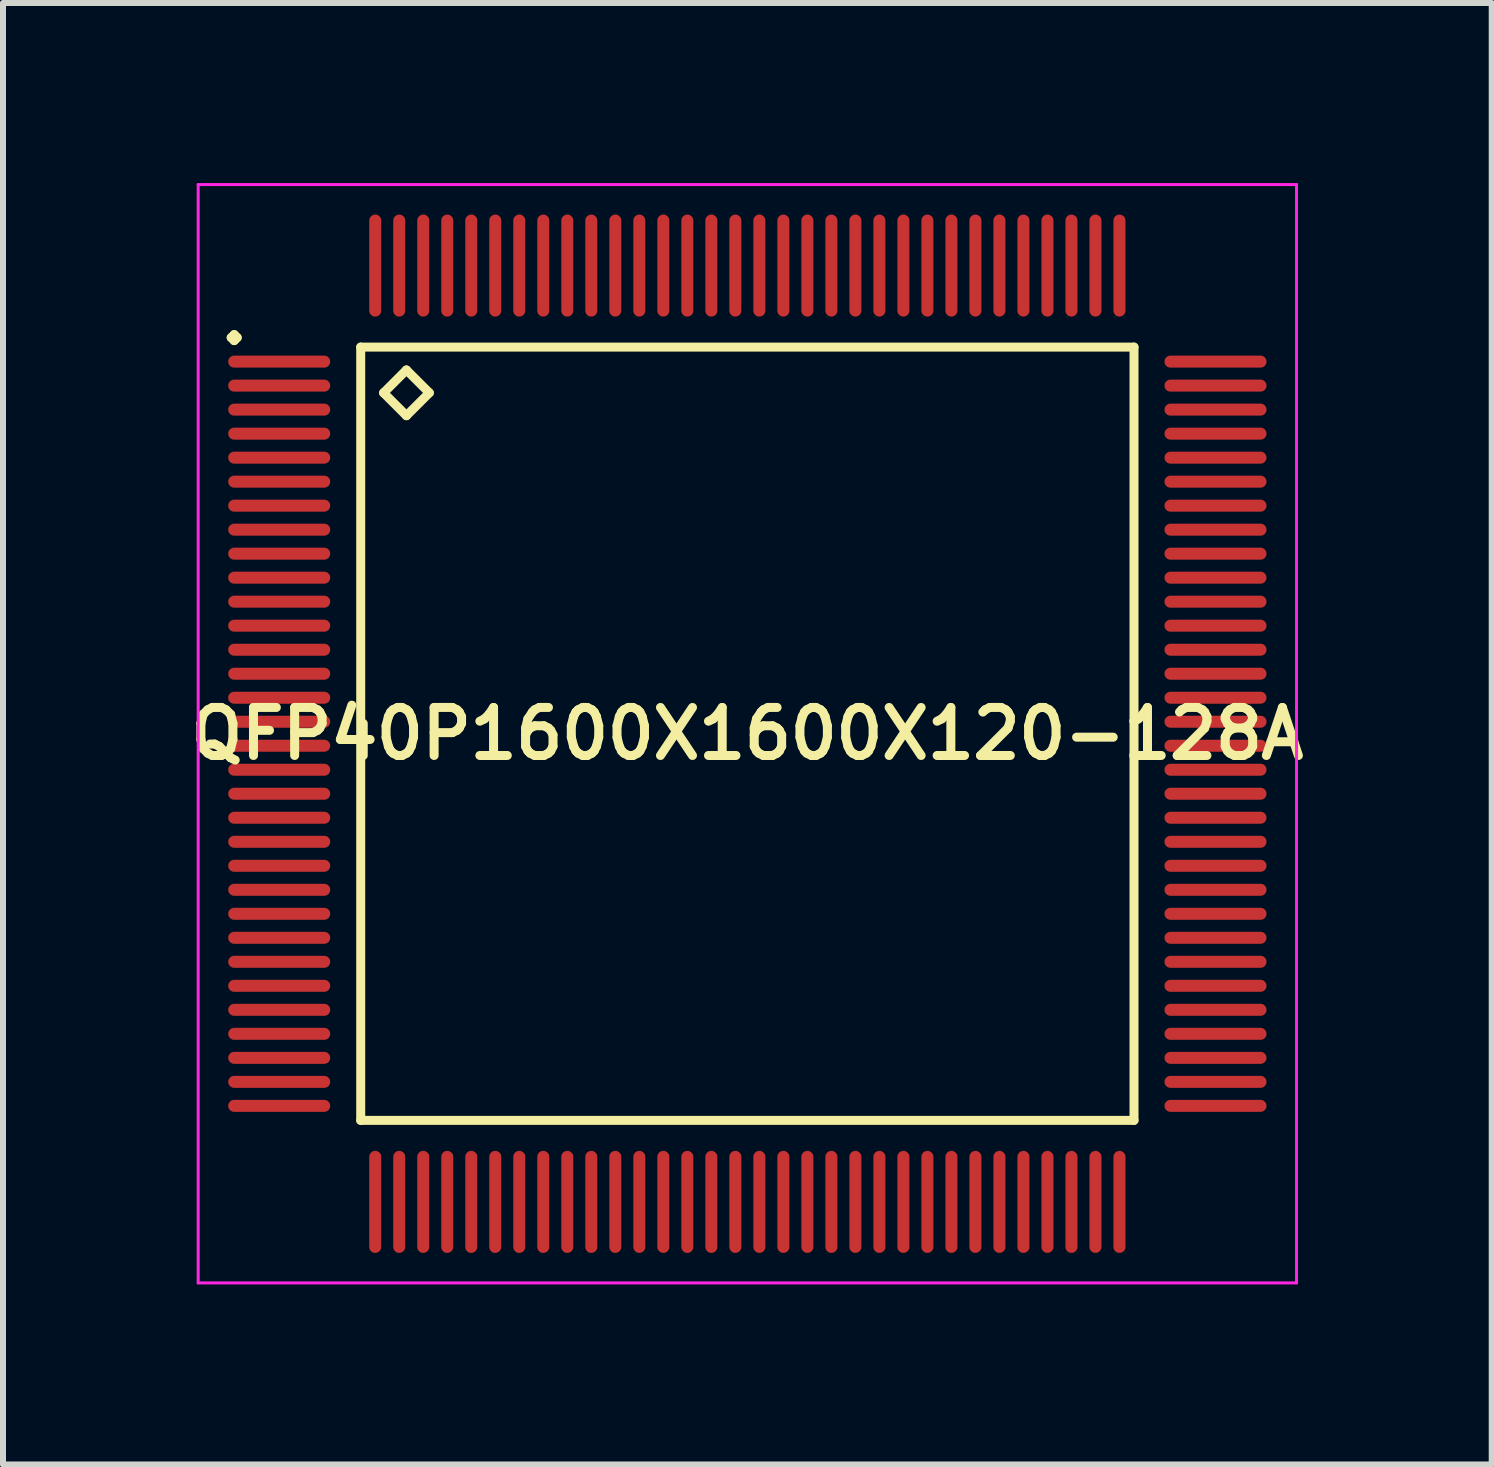
<source format=kicad_pcb>
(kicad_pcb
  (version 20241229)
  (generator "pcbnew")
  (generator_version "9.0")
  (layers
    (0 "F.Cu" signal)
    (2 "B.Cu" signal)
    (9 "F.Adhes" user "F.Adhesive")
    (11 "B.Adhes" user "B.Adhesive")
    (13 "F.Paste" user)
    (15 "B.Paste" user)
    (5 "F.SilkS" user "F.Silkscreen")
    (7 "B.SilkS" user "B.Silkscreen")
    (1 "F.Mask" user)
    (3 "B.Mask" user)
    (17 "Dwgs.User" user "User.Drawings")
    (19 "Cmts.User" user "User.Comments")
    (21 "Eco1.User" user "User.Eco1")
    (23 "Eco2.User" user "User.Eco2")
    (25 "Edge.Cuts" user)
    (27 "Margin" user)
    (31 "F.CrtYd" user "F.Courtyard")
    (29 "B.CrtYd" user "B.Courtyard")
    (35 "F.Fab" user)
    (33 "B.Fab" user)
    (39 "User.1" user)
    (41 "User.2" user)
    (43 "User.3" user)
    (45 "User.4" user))
  (footprint "QFP40P1600X1600X120-128A"
    (layer "F.Cu")
    (at 9.402 9.175)
    (property "Reference" "QFP40P1600X1600X120-128A" (at 0 0 0) (layer "F.SilkS") (effects (font (size 0.8 0.8) (thickness 0.15))))
    (attr smd)
    (fp_line (start -8.6 -6.6) (end -8.55 -6.65) (stroke (width 0.15) (type solid)) (layer "F.SilkS"))
    (fp_line (start -8.55 -6.65) (end -8.5 -6.6) (stroke (width 0.15) (type solid)) (layer "F.SilkS"))
    (fp_line (start -8.55 -6.55) (end -8.6 -6.6) (stroke (width 0.15) (type solid)) (layer "F.SilkS"))
    (fp_line (start -8.5 -6.6) (end -8.55 -6.55) (stroke (width 0.15) (type solid)) (layer "F.SilkS"))
    (fp_line (start -6.442 -6.442) (end -6.442 6.442) (stroke (width 0.15) (type solid)) (layer "F.SilkS"))
    (fp_line (start -6.442 6.442) (end 6.442 6.442) (stroke (width 0.15) (type solid)) (layer "F.SilkS"))
    (fp_line (start -6.061 -5.68) (end -5.68 -6.061) (stroke (width 0.15) (type solid)) (layer "F.SilkS"))
    (fp_line (start -5.68 -6.061) (end -5.299 -5.68) (stroke (width 0.15) (type solid)) (layer "F.SilkS"))
    (fp_line (start -5.68 -5.299) (end -6.061 -5.68) (stroke (width 0.15) (type solid)) (layer "F.SilkS"))
    (fp_line (start -5.299 -5.68) (end -5.68 -5.299) (stroke (width 0.15) (type solid)) (layer "F.SilkS"))
    (fp_line (start 6.442 -6.442) (end -6.442 -6.442) (stroke (width 0.15) (type solid)) (layer "F.SilkS"))
    (fp_line (start 6.442 6.442) (end 6.442 -6.442) (stroke (width 0.15) (type solid)) (layer "F.SilkS"))
    (fp_line (start -9.15 -9.15) (end 9.15 -9.15) (stroke (width 0.05) (type solid)) (layer "F.CrtYd"))
    (fp_line (start -9.15 9.15) (end -9.15 -9.15) (stroke (width 0.05) (type solid)) (layer "F.CrtYd"))
    (fp_line (start 9.15 -9.15) (end 9.15 9.15) (stroke (width 0.05) (type solid)) (layer "F.CrtYd"))
    (fp_line (start 9.15 9.15) (end -9.15 9.15) (stroke (width 0.05) (type solid)) (layer "F.CrtYd"))
    (pad "1" smd oval (at -7.8 -6.2) (size 1.7 0.2) (layers "F.Cu" "F.Mask" "F.Paste"))
    (pad "2" smd oval (at -7.8 -5.8) (size 1.7 0.2) (layers "F.Cu" "F.Mask" "F.Paste"))
    (pad "3" smd oval (at -7.8 -5.4) (size 1.7 0.2) (layers "F.Cu" "F.Mask" "F.Paste"))
    (pad "4" smd oval (at -7.8 -5) (size 1.7 0.2) (layers "F.Cu" "F.Mask" "F.Paste"))
    (pad "5" smd oval (at -7.8 -4.6) (size 1.7 0.2) (layers "F.Cu" "F.Mask" "F.Paste"))
    (pad "6" smd oval (at -7.8 -4.2) (size 1.7 0.2) (layers "F.Cu" "F.Mask" "F.Paste"))
    (pad "7" smd oval (at -7.8 -3.8) (size 1.7 0.2) (layers "F.Cu" "F.Mask" "F.Paste"))
    (pad "8" smd oval (at -7.8 -3.4) (size 1.7 0.2) (layers "F.Cu" "F.Mask" "F.Paste"))
    (pad "9" smd oval (at -7.8 -3) (size 1.7 0.2) (layers "F.Cu" "F.Mask" "F.Paste"))
    (pad "10" smd oval (at -7.8 -2.6) (size 1.7 0.2) (layers "F.Cu" "F.Mask" "F.Paste"))
    (pad "11" smd oval (at -7.8 -2.2) (size 1.7 0.2) (layers "F.Cu" "F.Mask" "F.Paste"))
    (pad "12" smd oval (at -7.8 -1.8) (size 1.7 0.2) (layers "F.Cu" "F.Mask" "F.Paste"))
    (pad "13" smd oval (at -7.8 -1.4) (size 1.7 0.2) (layers "F.Cu" "F.Mask" "F.Paste"))
    (pad "14" smd oval (at -7.8 -1) (size 1.7 0.2) (layers "F.Cu" "F.Mask" "F.Paste"))
    (pad "15" smd oval (at -7.8 -0.6) (size 1.7 0.2) (layers "F.Cu" "F.Mask" "F.Paste"))
    (pad "16" smd oval (at -7.8 -0.2) (size 1.7 0.2) (layers "F.Cu" "F.Mask" "F.Paste"))
    (pad "17" smd oval (at -7.8 0.2) (size 1.7 0.2) (layers "F.Cu" "F.Mask" "F.Paste"))
    (pad "18" smd oval (at -7.8 0.6) (size 1.7 0.2) (layers "F.Cu" "F.Mask" "F.Paste"))
    (pad "19" smd oval (at -7.8 1) (size 1.7 0.2) (layers "F.Cu" "F.Mask" "F.Paste"))
    (pad "20" smd oval (at -7.8 1.4) (size 1.7 0.2) (layers "F.Cu" "F.Mask" "F.Paste"))
    (pad "21" smd oval (at -7.8 1.8) (size 1.7 0.2) (layers "F.Cu" "F.Mask" "F.Paste"))
    (pad "22" smd oval (at -7.8 2.2) (size 1.7 0.2) (layers "F.Cu" "F.Mask" "F.Paste"))
    (pad "23" smd oval (at -7.8 2.6) (size 1.7 0.2) (layers "F.Cu" "F.Mask" "F.Paste"))
    (pad "24" smd oval (at -7.8 3) (size 1.7 0.2) (layers "F.Cu" "F.Mask" "F.Paste"))
    (pad "25" smd oval (at -7.8 3.4) (size 1.7 0.2) (layers "F.Cu" "F.Mask" "F.Paste"))
    (pad "26" smd oval (at -7.8 3.8) (size 1.7 0.2) (layers "F.Cu" "F.Mask" "F.Paste"))
    (pad "27" smd oval (at -7.8 4.2) (size 1.7 0.2) (layers "F.Cu" "F.Mask" "F.Paste"))
    (pad "28" smd oval (at -7.8 4.6) (size 1.7 0.2) (layers "F.Cu" "F.Mask" "F.Paste"))
    (pad "29" smd oval (at -7.8 5) (size 1.7 0.2) (layers "F.Cu" "F.Mask" "F.Paste"))
    (pad "30" smd oval (at -7.8 5.4) (size 1.7 0.2) (layers "F.Cu" "F.Mask" "F.Paste"))
    (pad "31" smd oval (at -7.8 5.8) (size 1.7 0.2) (layers "F.Cu" "F.Mask" "F.Paste"))
    (pad "32" smd oval (at -7.8 6.2) (size 1.7 0.2) (layers "F.Cu" "F.Mask" "F.Paste"))
    (pad "33" smd oval (at -6.2 7.8) (size 0.2 1.7) (layers "F.Cu" "F.Mask" "F.Paste"))
    (pad "34" smd oval (at -5.8 7.8) (size 0.2 1.7) (layers "F.Cu" "F.Mask" "F.Paste"))
    (pad "35" smd oval (at -5.4 7.8) (size 0.2 1.7) (layers "F.Cu" "F.Mask" "F.Paste"))
    (pad "36" smd oval (at -5 7.8) (size 0.2 1.7) (layers "F.Cu" "F.Mask" "F.Paste"))
    (pad "37" smd oval (at -4.6 7.8) (size 0.2 1.7) (layers "F.Cu" "F.Mask" "F.Paste"))
    (pad "38" smd oval (at -4.2 7.8) (size 0.2 1.7) (layers "F.Cu" "F.Mask" "F.Paste"))
    (pad "39" smd oval (at -3.8 7.8) (size 0.2 1.7) (layers "F.Cu" "F.Mask" "F.Paste"))
    (pad "40" smd oval (at -3.4 7.8) (size 0.2 1.7) (layers "F.Cu" "F.Mask" "F.Paste"))
    (pad "41" smd oval (at -3 7.8) (size 0.2 1.7) (layers "F.Cu" "F.Mask" "F.Paste"))
    (pad "42" smd oval (at -2.6 7.8) (size 0.2 1.7) (layers "F.Cu" "F.Mask" "F.Paste"))
    (pad "43" smd oval (at -2.2 7.8) (size 0.2 1.7) (layers "F.Cu" "F.Mask" "F.Paste"))
    (pad "44" smd oval (at -1.8 7.8) (size 0.2 1.7) (layers "F.Cu" "F.Mask" "F.Paste"))
    (pad "45" smd oval (at -1.4 7.8) (size 0.2 1.7) (layers "F.Cu" "F.Mask" "F.Paste"))
    (pad "46" smd oval (at -1 7.8) (size 0.2 1.7) (layers "F.Cu" "F.Mask" "F.Paste"))
    (pad "47" smd oval (at -0.6 7.8) (size 0.2 1.7) (layers "F.Cu" "F.Mask" "F.Paste"))
    (pad "48" smd oval (at -0.2 7.8) (size 0.2 1.7) (layers "F.Cu" "F.Mask" "F.Paste"))
    (pad "49" smd oval (at 0.2 7.8) (size 0.2 1.7) (layers "F.Cu" "F.Mask" "F.Paste"))
    (pad "50" smd oval (at 0.6 7.8) (size 0.2 1.7) (layers "F.Cu" "F.Mask" "F.Paste"))
    (pad "51" smd oval (at 1 7.8) (size 0.2 1.7) (layers "F.Cu" "F.Mask" "F.Paste"))
    (pad "52" smd oval (at 1.4 7.8) (size 0.2 1.7) (layers "F.Cu" "F.Mask" "F.Paste"))
    (pad "53" smd oval (at 1.8 7.8) (size 0.2 1.7) (layers "F.Cu" "F.Mask" "F.Paste"))
    (pad "54" smd oval (at 2.2 7.8) (size 0.2 1.7) (layers "F.Cu" "F.Mask" "F.Paste"))
    (pad "55" smd oval (at 2.6 7.8) (size 0.2 1.7) (layers "F.Cu" "F.Mask" "F.Paste"))
    (pad "56" smd oval (at 3 7.8) (size 0.2 1.7) (layers "F.Cu" "F.Mask" "F.Paste"))
    (pad "57" smd oval (at 3.4 7.8) (size 0.2 1.7) (layers "F.Cu" "F.Mask" "F.Paste"))
    (pad "58" smd oval (at 3.8 7.8) (size 0.2 1.7) (layers "F.Cu" "F.Mask" "F.Paste"))
    (pad "59" smd oval (at 4.2 7.8) (size 0.2 1.7) (layers "F.Cu" "F.Mask" "F.Paste"))
    (pad "60" smd oval (at 4.6 7.8) (size 0.2 1.7) (layers "F.Cu" "F.Mask" "F.Paste"))
    (pad "61" smd oval (at 5 7.8) (size 0.2 1.7) (layers "F.Cu" "F.Mask" "F.Paste"))
    (pad "62" smd oval (at 5.4 7.8) (size 0.2 1.7) (layers "F.Cu" "F.Mask" "F.Paste"))
    (pad "63" smd oval (at 5.8 7.8) (size 0.2 1.7) (layers "F.Cu" "F.Mask" "F.Paste"))
    (pad "64" smd oval (at 6.2 7.8) (size 0.2 1.7) (layers "F.Cu" "F.Mask" "F.Paste"))
    (pad "65" smd oval (at 7.8 6.2) (size 1.7 0.2) (layers "F.Cu" "F.Mask" "F.Paste"))
    (pad "66" smd oval (at 7.8 5.8) (size 1.7 0.2) (layers "F.Cu" "F.Mask" "F.Paste"))
    (pad "67" smd oval (at 7.8 5.4) (size 1.7 0.2) (layers "F.Cu" "F.Mask" "F.Paste"))
    (pad "68" smd oval (at 7.8 5) (size 1.7 0.2) (layers "F.Cu" "F.Mask" "F.Paste"))
    (pad "69" smd oval (at 7.8 4.6) (size 1.7 0.2) (layers "F.Cu" "F.Mask" "F.Paste"))
    (pad "70" smd oval (at 7.8 4.2) (size 1.7 0.2) (layers "F.Cu" "F.Mask" "F.Paste"))
    (pad "71" smd oval (at 7.8 3.8) (size 1.7 0.2) (layers "F.Cu" "F.Mask" "F.Paste"))
    (pad "72" smd oval (at 7.8 3.4) (size 1.7 0.2) (layers "F.Cu" "F.Mask" "F.Paste"))
    (pad "73" smd oval (at 7.8 3) (size 1.7 0.2) (layers "F.Cu" "F.Mask" "F.Paste"))
    (pad "74" smd oval (at 7.8 2.6) (size 1.7 0.2) (layers "F.Cu" "F.Mask" "F.Paste"))
    (pad "75" smd oval (at 7.8 2.2) (size 1.7 0.2) (layers "F.Cu" "F.Mask" "F.Paste"))
    (pad "76" smd oval (at 7.8 1.8) (size 1.7 0.2) (layers "F.Cu" "F.Mask" "F.Paste"))
    (pad "77" smd oval (at 7.8 1.4) (size 1.7 0.2) (layers "F.Cu" "F.Mask" "F.Paste"))
    (pad "78" smd oval (at 7.8 1) (size 1.7 0.2) (layers "F.Cu" "F.Mask" "F.Paste"))
    (pad "79" smd oval (at 7.8 0.6) (size 1.7 0.2) (layers "F.Cu" "F.Mask" "F.Paste"))
    (pad "80" smd oval (at 7.8 0.2) (size 1.7 0.2) (layers "F.Cu" "F.Mask" "F.Paste"))
    (pad "81" smd oval (at 7.8 -0.2) (size 1.7 0.2) (layers "F.Cu" "F.Mask" "F.Paste"))
    (pad "82" smd oval (at 7.8 -0.6) (size 1.7 0.2) (layers "F.Cu" "F.Mask" "F.Paste"))
    (pad "83" smd oval (at 7.8 -1) (size 1.7 0.2) (layers "F.Cu" "F.Mask" "F.Paste"))
    (pad "84" smd oval (at 7.8 -1.4) (size 1.7 0.2) (layers "F.Cu" "F.Mask" "F.Paste"))
    (pad "85" smd oval (at 7.8 -1.8) (size 1.7 0.2) (layers "F.Cu" "F.Mask" "F.Paste"))
    (pad "86" smd oval (at 7.8 -2.2) (size 1.7 0.2) (layers "F.Cu" "F.Mask" "F.Paste"))
    (pad "87" smd oval (at 7.8 -2.6) (size 1.7 0.2) (layers "F.Cu" "F.Mask" "F.Paste"))
    (pad "88" smd oval (at 7.8 -3) (size 1.7 0.2) (layers "F.Cu" "F.Mask" "F.Paste"))
    (pad "89" smd oval (at 7.8 -3.4) (size 1.7 0.2) (layers "F.Cu" "F.Mask" "F.Paste"))
    (pad "90" smd oval (at 7.8 -3.8) (size 1.7 0.2) (layers "F.Cu" "F.Mask" "F.Paste"))
    (pad "91" smd oval (at 7.8 -4.2) (size 1.7 0.2) (layers "F.Cu" "F.Mask" "F.Paste"))
    (pad "92" smd oval (at 7.8 -4.6) (size 1.7 0.2) (layers "F.Cu" "F.Mask" "F.Paste"))
    (pad "93" smd oval (at 7.8 -5) (size 1.7 0.2) (layers "F.Cu" "F.Mask" "F.Paste"))
    (pad "94" smd oval (at 7.8 -5.4) (size 1.7 0.2) (layers "F.Cu" "F.Mask" "F.Paste"))
    (pad "95" smd oval (at 7.8 -5.8) (size 1.7 0.2) (layers "F.Cu" "F.Mask" "F.Paste"))
    (pad "96" smd oval (at 7.8 -6.2) (size 1.7 0.2) (layers "F.Cu" "F.Mask" "F.Paste"))
    (pad "97" smd oval (at 6.2 -7.8) (size 0.2 1.7) (layers "F.Cu" "F.Mask" "F.Paste"))
    (pad "98" smd oval (at 5.8 -7.8) (size 0.2 1.7) (layers "F.Cu" "F.Mask" "F.Paste"))
    (pad "99" smd oval (at 5.4 -7.8) (size 0.2 1.7) (layers "F.Cu" "F.Mask" "F.Paste"))
    (pad "100" smd oval (at 5 -7.8) (size 0.2 1.7) (layers "F.Cu" "F.Mask" "F.Paste"))
    (pad "101" smd oval (at 4.6 -7.8) (size 0.2 1.7) (layers "F.Cu" "F.Mask" "F.Paste"))
    (pad "102" smd oval (at 4.2 -7.8) (size 0.2 1.7) (layers "F.Cu" "F.Mask" "F.Paste"))
    (pad "103" smd oval (at 3.8 -7.8) (size 0.2 1.7) (layers "F.Cu" "F.Mask" "F.Paste"))
    (pad "104" smd oval (at 3.4 -7.8) (size 0.2 1.7) (layers "F.Cu" "F.Mask" "F.Paste"))
    (pad "105" smd oval (at 3 -7.8) (size 0.2 1.7) (layers "F.Cu" "F.Mask" "F.Paste"))
    (pad "106" smd oval (at 2.6 -7.8) (size 0.2 1.7) (layers "F.Cu" "F.Mask" "F.Paste"))
    (pad "107" smd oval (at 2.2 -7.8) (size 0.2 1.7) (layers "F.Cu" "F.Mask" "F.Paste"))
    (pad "108" smd oval (at 1.8 -7.8) (size 0.2 1.7) (layers "F.Cu" "F.Mask" "F.Paste"))
    (pad "109" smd oval (at 1.4 -7.8) (size 0.2 1.7) (layers "F.Cu" "F.Mask" "F.Paste"))
    (pad "110" smd oval (at 1 -7.8) (size 0.2 1.7) (layers "F.Cu" "F.Mask" "F.Paste"))
    (pad "111" smd oval (at 0.6 -7.8) (size 0.2 1.7) (layers "F.Cu" "F.Mask" "F.Paste"))
    (pad "112" smd oval (at 0.2 -7.8) (size 0.2 1.7) (layers "F.Cu" "F.Mask" "F.Paste"))
    (pad "113" smd oval (at -0.2 -7.8) (size 0.2 1.7) (layers "F.Cu" "F.Mask" "F.Paste"))
    (pad "114" smd oval (at -0.6 -7.8) (size 0.2 1.7) (layers "F.Cu" "F.Mask" "F.Paste"))
    (pad "115" smd oval (at -1 -7.8) (size 0.2 1.7) (layers "F.Cu" "F.Mask" "F.Paste"))
    (pad "116" smd oval (at -1.4 -7.8) (size 0.2 1.7) (layers "F.Cu" "F.Mask" "F.Paste"))
    (pad "117" smd oval (at -1.8 -7.8) (size 0.2 1.7) (layers "F.Cu" "F.Mask" "F.Paste"))
    (pad "118" smd oval (at -2.2 -7.8) (size 0.2 1.7) (layers "F.Cu" "F.Mask" "F.Paste"))
    (pad "119" smd oval (at -2.6 -7.8) (size 0.2 1.7) (layers "F.Cu" "F.Mask" "F.Paste"))
    (pad "120" smd oval (at -3 -7.8) (size 0.2 1.7) (layers "F.Cu" "F.Mask" "F.Paste"))
    (pad "121" smd oval (at -3.4 -7.8) (size 0.2 1.7) (layers "F.Cu" "F.Mask" "F.Paste"))
    (pad "122" smd oval (at -3.8 -7.8) (size 0.2 1.7) (layers "F.Cu" "F.Mask" "F.Paste"))
    (pad "123" smd oval (at -4.2 -7.8) (size 0.2 1.7) (layers "F.Cu" "F.Mask" "F.Paste"))
    (pad "124" smd oval (at -4.6 -7.8) (size 0.2 1.7) (layers "F.Cu" "F.Mask" "F.Paste"))
    (pad "125" smd oval (at -5 -7.8) (size 0.2 1.7) (layers "F.Cu" "F.Mask" "F.Paste"))
    (pad "126" smd oval (at -5.4 -7.8) (size 0.2 1.7) (layers "F.Cu" "F.Mask" "F.Paste"))
    (pad "127" smd oval (at -5.8 -7.8) (size 0.2 1.7) (layers "F.Cu" "F.Mask" "F.Paste"))
    (pad "128" smd oval (at -6.2 -7.8) (size 0.2 1.7) (layers "F.Cu" "F.Mask" "F.Paste")))
  (gr_rect
    (start -3 -3)
    (end 21.804 21.35)
    (stroke (width 0.1) (type default))
    (fill no)
    (layer "Edge.Cuts")))
</source>
